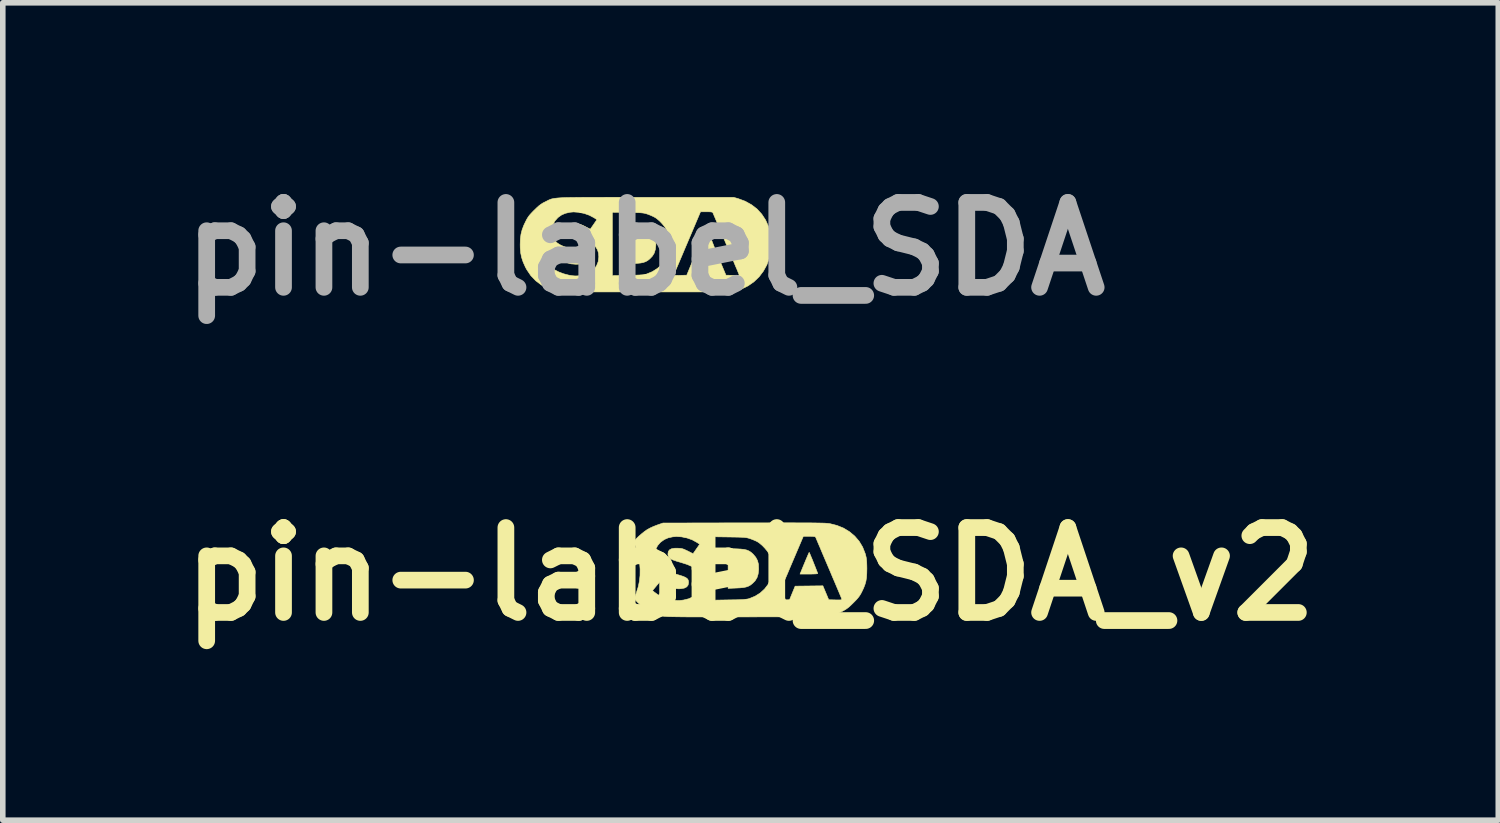
<source format=kicad_pcb>
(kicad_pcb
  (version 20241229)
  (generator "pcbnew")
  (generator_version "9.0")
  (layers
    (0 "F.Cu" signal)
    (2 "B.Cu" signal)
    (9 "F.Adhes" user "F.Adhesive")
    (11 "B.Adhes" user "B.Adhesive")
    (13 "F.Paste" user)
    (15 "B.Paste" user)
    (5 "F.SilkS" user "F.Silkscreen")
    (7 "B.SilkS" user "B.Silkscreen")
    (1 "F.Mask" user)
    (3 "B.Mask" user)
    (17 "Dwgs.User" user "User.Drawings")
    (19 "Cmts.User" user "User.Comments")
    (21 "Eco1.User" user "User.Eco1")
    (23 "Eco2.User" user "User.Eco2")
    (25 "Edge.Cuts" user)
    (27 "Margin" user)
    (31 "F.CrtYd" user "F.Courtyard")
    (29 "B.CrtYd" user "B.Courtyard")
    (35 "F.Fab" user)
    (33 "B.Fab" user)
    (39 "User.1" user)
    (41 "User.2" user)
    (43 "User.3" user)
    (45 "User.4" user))
  (footprint "pin-label_SDA"
    (layer "F.Cu")
    (at 8.534 1.418)
    (property "Reference" "pin-label_SDA" (at 0 0 0) (layer "F.Fab") (effects (font (size 1.524 1.524) (thickness 0.3))))
    (attr through_hole)
    (fp_poly (pts (xy -0.214 -0.442) (xy -0.136 -0.438) (xy -0.074 -0.431) (xy -0.025 -0.42) (xy 0.016 -0.403) (xy 0.052 -0.38) (xy 0.087 -0.348) (xy 0.091 -0.345) (xy 0.138 -0.289) (xy 0.169 -0.231) (xy 0.185 -0.164) (xy 0.189 -0.086) (xy 0.188 -0.069) (xy 0.179 0.01) (xy 0.159 0.075) (xy 0.125 0.13) (xy 0.079 0.178) (xy 0.043 0.207) (xy 0.006 0.228) (xy -0.036 0.243) (xy -0.087 0.253) (xy -0.151 0.259) (xy -0.214 0.262) (xy -0.36 0.267) (xy -0.36 -0.447) (xy -0.214 -0.442)) (stroke (width 0.01) (type solid)) (fill yes) (layer "F.SilkS"))
    (fp_poly (pts (xy 1.102 -0.368) (xy 1.113 -0.341) (xy 1.129 -0.302) (xy 1.149 -0.254) (xy 1.17 -0.202) (xy 1.192 -0.149) (xy 1.212 -0.098) (xy 1.229 -0.054) (xy 1.242 -0.021) (xy 1.249 -0.002) (xy 1.249 0.001) (xy 1.239 0.005) (xy 1.212 0.007) (xy 1.171 0.009) (xy 1.119 0.01) (xy 1.09 0.011) (xy 0.931 0.011) (xy 0.946 -0.024) (xy 0.986 -0.121) (xy 1.019 -0.201) (xy 1.045 -0.263) (xy 1.065 -0.311) (xy 1.079 -0.345) (xy 1.089 -0.366) (xy 1.095 -0.377) (xy 1.096 -0.379) (xy 1.102 -0.368)) (stroke (width 0.01) (type solid)) (fill yes) (layer "F.SilkS"))
    (fp_poly (pts (xy -0.479 -0.927) (xy -0.289 -0.926) (xy -0.08 -0.926) (xy 0.005 -0.926) (xy 1.583 -0.926) (xy 1.665 -0.903) (xy 1.792 -0.856) (xy 1.905 -0.793) (xy 2.005 -0.716) (xy 2.089 -0.624) (xy 2.158 -0.519) (xy 2.21 -0.403) (xy 2.225 -0.354) (xy 2.238 -0.292) (xy 2.246 -0.215) (xy 2.25 -0.13) (xy 2.25 -0.042) (xy 2.245 0.042) (xy 2.235 0.116) (xy 2.226 0.16) (xy 2.181 0.285) (xy 2.119 0.398) (xy 2.042 0.5) (xy 1.949 0.589) (xy 1.845 0.662) (xy 1.729 0.719) (xy 1.626 0.752) (xy 1.614 0.755) (xy 1.602 0.757) (xy 1.588 0.76) (xy 1.572 0.762) (xy 1.552 0.764) (xy 1.527 0.765) (xy 1.496 0.767) (xy 1.459 0.768) (xy 1.413 0.769) (xy 1.359 0.77) (xy 1.295 0.771) (xy 1.219 0.771) (xy 1.132 0.772) (xy 1.031 0.772) (xy 0.915 0.772) (xy 0.785 0.772) (xy 0.638 0.772) (xy 0.473 0.772) (xy 0.29 0.772) (xy 0.087 0.772) (xy -0.004 0.772) (xy -0.216 0.772) (xy -0.407 0.772) (xy -0.58 0.772) (xy -0.734 0.772) (xy -0.872 0.772) (xy -0.993 0.771) (xy -1.1 0.771) (xy -1.194 0.77) (xy -1.274 0.77) (xy -1.343 0.769) (xy -1.401 0.768) (xy -1.45 0.767) (xy -1.491 0.766) (xy -1.524 0.765) (xy -1.551 0.763) (xy -1.572 0.761) (xy -1.59 0.759) (xy -1.604 0.757) (xy -1.617 0.755) (xy -1.628 0.752) (xy -1.631 0.751) (xy -1.754 0.709) (xy -1.867 0.648) (xy -1.968 0.571) (xy -2.057 0.478) (xy -2.13 0.37) (xy -2.155 0.323) (xy -2.162 0.307) (xy -1.717 0.307) (xy -1.687 0.333) (xy -1.627 0.376) (xy -1.553 0.414) (xy -1.468 0.446) (xy -1.381 0.469) (xy -1.371 0.471) (xy -1.311 0.481) (xy -1.261 0.485) (xy -1.214 0.484) (xy -1.174 0.479) (xy -0.593 0.479) (xy -0.315 0.474) (xy -0.225 0.472) (xy -0.154 0.47) (xy -0.099 0.468) (xy -0.08 0.466) (xy 0.51 0.466) (xy 0.518 0.471) (xy 0.547 0.474) (xy 0.595 0.475) (xy 0.625 0.474) (xy 0.743 0.471) (xy 0.843 0.228) (xy 1.093 0.225) (xy 1.342 0.222) (xy 1.394 0.347) (xy 1.446 0.471) (xy 1.566 0.474) (xy 1.618 0.475) (xy 1.652 0.475) (xy 1.672 0.473) (xy 1.68 0.469) (xy 1.682 0.462) (xy 1.681 0.458) (xy 1.676 0.445) (xy 1.663 0.415) (xy 1.644 0.368) (xy 1.618 0.308) (xy 1.588 0.235) (xy 1.553 0.152) (xy 1.514 0.061) (xy 1.472 -0.037) (xy 1.445 -0.101) (xy 1.402 -0.202) (xy 1.362 -0.297) (xy 1.324 -0.385) (xy 1.291 -0.463) (xy 1.262 -0.531) (xy 1.239 -0.585) (xy 1.222 -0.625) (xy 1.212 -0.648) (xy 1.21 -0.654) (xy 1.199 -0.66) (xy 1.173 -0.665) (xy 1.128 -0.667) (xy 1.097 -0.667) (xy 0.99 -0.667) (xy 0.752 -0.106) (xy 0.708 -0.003) (xy 0.667 0.095) (xy 0.629 0.184) (xy 0.595 0.265) (xy 0.565 0.334) (xy 0.541 0.391) (xy 0.524 0.433) (xy 0.513 0.459) (xy 0.51 0.466) (xy -0.08 0.466) (xy -0.056 0.465) (xy -0.023 0.461) (xy 0.003 0.456) (xy 0.021 0.451) (xy 0.125 0.408) (xy 0.216 0.35) (xy 0.294 0.28) (xy 0.356 0.199) (xy 0.401 0.108) (xy 0.422 0.034) (xy 0.434 -0.067) (xy 0.428 -0.171) (xy 0.407 -0.272) (xy 0.374 -0.353) (xy 0.344 -0.401) (xy 0.302 -0.452) (xy 0.253 -0.503) (xy 0.203 -0.545) (xy 0.181 -0.56) (xy 0.147 -0.579) (xy 0.101 -0.6) (xy 0.054 -0.619) (xy 0.048 -0.621) (xy 0.021 -0.63) (xy -0.002 -0.637) (xy -0.026 -0.642) (xy -0.054 -0.646) (xy -0.088 -0.649) (xy -0.132 -0.651) (xy -0.188 -0.652) (xy -0.261 -0.653) (xy -0.315 -0.654) (xy -0.593 -0.658) (xy -0.593 0.479) (xy -1.174 0.479) (xy -1.158 0.476) (xy -1.154 0.476) (xy -1.062 0.452) (xy -0.984 0.415) (xy -0.922 0.365) (xy -0.876 0.302) (xy -0.847 0.229) (xy -0.836 0.145) (xy -0.836 0.14) (xy -0.842 0.072) (xy -0.861 0.012) (xy -0.894 -0.039) (xy -0.943 -0.085) (xy -1.008 -0.125) (xy -1.092 -0.161) (xy -1.195 -0.194) (xy -1.215 -0.2) (xy -1.291 -0.222) (xy -1.348 -0.242) (xy -1.389 -0.261) (xy -1.416 -0.282) (xy -1.432 -0.305) (xy -1.439 -0.333) (xy -1.44 -0.352) (xy -1.433 -0.394) (xy -1.411 -0.425) (xy -1.373 -0.444) (xy -1.318 -0.454) (xy -1.261 -0.454) (xy -1.219 -0.451) (xy -1.185 -0.445) (xy -1.152 -0.434) (xy -1.112 -0.417) (xy -1.083 -0.402) (xy -0.989 -0.354) (xy -0.929 -0.44) (xy -0.87 -0.526) (xy -0.922 -0.56) (xy -1.005 -0.604) (xy -1.098 -0.637) (xy -1.195 -0.657) (xy -1.289 -0.664) (xy -1.356 -0.658) (xy -1.436 -0.639) (xy -1.502 -0.611) (xy -1.561 -0.57) (xy -1.577 -0.555) (xy -1.626 -0.499) (xy -1.656 -0.437) (xy -1.67 -0.366) (xy -1.67 -0.307) (xy -1.663 -0.246) (xy -1.648 -0.194) (xy -1.623 -0.149) (xy -1.587 -0.111) (xy -1.536 -0.077) (xy -1.471 -0.046) (xy -1.387 -0.016) (xy -1.302 0.01) (xy -1.226 0.033) (xy -1.169 0.052) (xy -1.127 0.07) (xy -1.099 0.087) (xy -1.081 0.107) (xy -1.072 0.129) (xy -1.069 0.157) (xy -1.069 0.163) (xy -1.078 0.207) (xy -1.103 0.24) (xy -1.146 0.263) (xy -1.206 0.274) (xy -1.247 0.275) (xy -1.335 0.268) (xy -1.415 0.245) (xy -1.494 0.205) (xy -1.516 0.191) (xy -1.548 0.17) (xy -1.571 0.155) (xy -1.582 0.148) (xy -1.583 0.148) (xy -1.59 0.156) (xy -1.608 0.176) (xy -1.633 0.206) (xy -1.651 0.228) (xy -1.717 0.307) (xy -2.162 0.307) (xy -2.194 0.236) (xy -2.221 0.155) (xy -2.238 0.073) (xy -2.246 -0.017) (xy -2.247 -0.079) (xy -2.244 -0.177) (xy -2.233 -0.262) (xy -2.213 -0.342) (xy -2.182 -0.424) (xy -2.152 -0.487) (xy -2.129 -0.532) (xy -2.107 -0.568) (xy -2.082 -0.603) (xy -2.049 -0.64) (xy -2.006 -0.685) (xy -1.996 -0.694) (xy -1.948 -0.741) (xy -1.909 -0.776) (xy -1.874 -0.802) (xy -1.838 -0.825) (xy -1.8 -0.844) (xy -1.778 -0.855) (xy -1.759 -0.865) (xy -1.741 -0.874) (xy -1.724 -0.882) (xy -1.707 -0.889) (xy -1.687 -0.896) (xy -1.665 -0.901) (xy -1.639 -0.906) (xy -1.609 -0.91) (xy -1.572 -0.914) (xy -1.529 -0.917) (xy -1.478 -0.92) (xy -1.417 -0.922) (xy -1.347 -0.923) (xy -1.265 -0.924) (xy -1.171 -0.925) (xy -1.063 -0.926) (xy -0.942 -0.926) (xy -0.804 -0.926) (xy -0.651 -0.927) (xy -0.479 -0.927)) (stroke (width 0.01) (type solid)) (fill yes) (layer "F.SilkS")))
  (footprint "pin-label_SDA_v2"
    (layer "F.Cu")
    (at 10.421 7.254)
    (property "Reference" "pin-label_SDA_v2" (at 0 0 0) (layer "F.SilkS") (effects (font (size 1.524 1.524) (thickness 0.3))))
    (attr through_hole)
    (fp_poly (pts (xy -0.257 -0.453) (xy -0.178 -0.449) (xy -0.116 -0.442) (xy -0.067 -0.431) (xy -0.027 -0.414) (xy 0.009 -0.391) (xy 0.045 -0.359) (xy 0.049 -0.355) (xy 0.095 -0.3) (xy 0.126 -0.241) (xy 0.143 -0.175) (xy 0.146 -0.096) (xy 0.146 -0.079) (xy 0.137 -0.000367) (xy 0.117 0.064) (xy 0.083 0.12) (xy 0.037 0.167) (xy 0.001 0.196) (xy -0.036 0.217) (xy -0.078 0.232) (xy -0.129 0.242) (xy -0.193 0.248) (xy -0.257 0.251) (xy -0.402 0.257) (xy -0.402 -0.458) (xy -0.257 -0.453)) (stroke (width 0.01) (type solid)) (fill yes) (layer "F.SilkS"))
    (fp_poly (pts (xy 1.059 -0.378) (xy 1.071 -0.351) (xy 1.087 -0.312) (xy 1.107 -0.265) (xy 1.128 -0.212) (xy 1.149 -0.159) (xy 1.169 -0.109) (xy 1.186 -0.065) (xy 1.199 -0.032) (xy 1.206 -0.012) (xy 1.207 -0.009) (xy 1.197 -0.006) (xy 1.17 -0.003) (xy 1.128 -0.001) (xy 1.077 -0.000149) (xy 1.048 0) (xy 0.889 0) (xy 0.903 -0.034) (xy 0.943 -0.132) (xy 0.976 -0.211) (xy 1.002 -0.274) (xy 1.023 -0.322) (xy 1.037 -0.355) (xy 1.047 -0.377) (xy 1.052 -0.388) (xy 1.054 -0.389) (xy 1.059 -0.378)) (stroke (width 0.01) (type solid)) (fill yes) (layer "F.SilkS"))
    (fp_poly (pts (xy 0.727 -0.92) (xy 0.846 -0.919) (xy 0.949 -0.919) (xy 1.039 -0.919) (xy 1.117 -0.918) (xy 1.183 -0.917) (xy 1.239 -0.916) (xy 1.285 -0.915) (xy 1.324 -0.914) (xy 1.355 -0.912) (xy 1.38 -0.91) (xy 1.4 -0.908) (xy 1.416 -0.906) (xy 1.42 -0.906) (xy 1.551 -0.873) (xy 1.67 -0.825) (xy 1.777 -0.76) (xy 1.871 -0.681) (xy 1.95 -0.589) (xy 2.013 -0.484) (xy 2.059 -0.367) (xy 2.066 -0.342) (xy 2.076 -0.301) (xy 2.082 -0.259) (xy 2.086 -0.211) (xy 2.088 -0.151) (xy 2.089 -0.101) (xy 2.087 -0.011) (xy 2.082 0.063) (xy 2.072 0.127) (xy 2.055 0.187) (xy 2.031 0.25) (xy 2.004 0.307) (xy 1.981 0.352) (xy 1.959 0.388) (xy 1.934 0.422) (xy 1.902 0.459) (xy 1.858 0.504) (xy 1.848 0.514) (xy 1.799 0.562) (xy 1.759 0.598) (xy 1.721 0.626) (xy 1.682 0.65) (xy 1.644 0.671) (xy 1.591 0.696) (xy 1.534 0.72) (xy 1.482 0.739) (xy 1.464 0.744) (xy 1.382 0.767) (xy -0.053 0.769) (xy -0.264 0.77) (xy -0.455 0.77) (xy -0.627 0.77) (xy -0.781 0.77) (xy -0.917 0.769) (xy -1.037 0.769) (xy -1.142 0.769) (xy -1.233 0.768) (xy -1.31 0.767) (xy -1.375 0.766) (xy -1.429 0.765) (xy -1.473 0.764) (xy -1.508 0.762) (xy -1.534 0.76) (xy -1.553 0.759) (xy -1.562 0.757) (xy -1.692 0.723) (xy -1.811 0.671) (xy -1.92 0.601) (xy -1.956 0.573) (xy -1.992 0.54) (xy -2.026 0.508) (xy -2.052 0.481) (xy -2.056 0.476) (xy -2.086 0.439) (xy -2.048 0.335) (xy -2.036 0.296) (xy -1.759 0.296) (xy -1.729 0.322) (xy -1.67 0.365) (xy -1.595 0.404) (xy -1.511 0.436) (xy -1.423 0.459) (xy -1.413 0.461) (xy -1.353 0.471) (xy -1.304 0.475) (xy -1.256 0.473) (xy -1.217 0.468) (xy -0.635 0.468) (xy -0.357 0.463) (xy -0.268 0.462) (xy -0.197 0.46) (xy -0.141 0.457) (xy -0.123 0.456) (xy 0.468 0.456) (xy 0.476 0.461) (xy 0.505 0.464) (xy 0.553 0.464) (xy 0.582 0.464) (xy 0.701 0.461) (xy 0.751 0.339) (xy 0.801 0.217) (xy 1.299 0.211) (xy 1.404 0.461) (xy 1.524 0.464) (xy 1.575 0.465) (xy 1.61 0.464) (xy 1.629 0.462) (xy 1.638 0.458) (xy 1.639 0.451) (xy 1.638 0.448) (xy 1.633 0.435) (xy 1.621 0.404) (xy 1.601 0.357) (xy 1.576 0.297) (xy 1.545 0.224) (xy 1.51 0.141) (xy 1.471 0.05) (xy 1.43 -0.048) (xy 1.403 -0.111) (xy 1.36 -0.212) (xy 1.319 -0.308) (xy 1.282 -0.395) (xy 1.249 -0.474) (xy 1.22 -0.541) (xy 1.197 -0.596) (xy 1.18 -0.636) (xy 1.17 -0.659) (xy 1.168 -0.664) (xy 1.157 -0.671) (xy 1.13 -0.675) (xy 1.086 -0.677) (xy 1.055 -0.677) (xy 0.948 -0.677) (xy 0.709 -0.116) (xy 0.666 -0.013) (xy 0.624 0.084) (xy 0.586 0.174) (xy 0.552 0.254) (xy 0.523 0.324) (xy 0.499 0.38) (xy 0.481 0.422) (xy 0.471 0.448) (xy 0.468 0.456) (xy -0.123 0.456) (xy -0.098 0.454) (xy -0.065 0.45) (xy -0.039 0.445) (xy -0.021 0.44) (xy 0.083 0.397) (xy 0.174 0.34) (xy 0.252 0.269) (xy 0.314 0.188) (xy 0.359 0.097) (xy 0.38 0.023) (xy 0.392 -0.078) (xy 0.386 -0.182) (xy 0.364 -0.282) (xy 0.332 -0.364) (xy 0.302 -0.411) (xy 0.259 -0.463) (xy 0.211 -0.513) (xy 0.161 -0.555) (xy 0.139 -0.571) (xy 0.105 -0.59) (xy 0.059 -0.61) (xy 0.011 -0.629) (xy 0.005 -0.631) (xy -0.021 -0.64) (xy -0.045 -0.647) (xy -0.068 -0.652) (xy -0.096 -0.656) (xy -0.13 -0.659) (xy -0.174 -0.661) (xy -0.231 -0.663) (xy -0.304 -0.664) (xy -0.357 -0.665) (xy -0.635 -0.669) (xy -0.635 0.468) (xy -1.217 0.468) (xy -1.201 0.466) (xy -1.196 0.465) (xy -1.104 0.442) (xy -1.027 0.404) (xy -0.964 0.354) (xy -0.918 0.292) (xy -0.889 0.218) (xy -0.879 0.135) (xy -0.879 0.129) (xy -0.885 0.061) (xy -0.904 0.002) (xy -0.937 -0.05) (xy -0.985 -0.095) (xy -1.051 -0.135) (xy -1.134 -0.172) (xy -1.238 -0.205) (xy -1.258 -0.211) (xy -1.333 -0.233) (xy -1.39 -0.253) (xy -1.431 -0.272) (xy -1.458 -0.292) (xy -1.474 -0.316) (xy -1.481 -0.343) (xy -1.482 -0.362) (xy -1.475 -0.405) (xy -1.453 -0.435) (xy -1.415 -0.455) (xy -1.36 -0.464) (xy -1.304 -0.464) (xy -1.261 -0.461) (xy -1.227 -0.456) (xy -1.194 -0.445) (xy -1.155 -0.427) (xy -1.125 -0.413) (xy -1.031 -0.365) (xy -0.912 -0.536) (xy -0.965 -0.57) (xy -1.047 -0.615) (xy -1.14 -0.648) (xy -1.237 -0.668) (xy -1.332 -0.674) (xy -1.398 -0.668) (xy -1.478 -0.65) (xy -1.545 -0.621) (xy -1.603 -0.58) (xy -1.62 -0.566) (xy -1.668 -0.51) (xy -1.699 -0.448) (xy -1.712 -0.377) (xy -1.713 -0.318) (xy -1.706 -0.256) (xy -1.691 -0.204) (xy -1.666 -0.16) (xy -1.629 -0.122) (xy -1.579 -0.088) (xy -1.513 -0.056) (xy -1.429 -0.026) (xy -1.344 -0.000266) (xy -1.269 0.022) (xy -1.211 0.041) (xy -1.169 0.059) (xy -1.141 0.077) (xy -1.124 0.096) (xy -1.115 0.119) (xy -1.112 0.146) (xy -1.112 0.152) (xy -1.12 0.197) (xy -1.145 0.23) (xy -1.188 0.252) (xy -1.249 0.263) (xy -1.29 0.265) (xy -1.377 0.258) (xy -1.457 0.235) (xy -1.537 0.194) (xy -1.559 0.18) (xy -1.59 0.159) (xy -1.614 0.144) (xy -1.625 0.138) (xy -1.625 0.138) (xy -1.632 0.145) (xy -1.65 0.166) (xy -1.675 0.195) (xy -1.693 0.217) (xy -1.759 0.296) (xy -2.036 0.296) (xy -2.015 0.229) (xy -1.994 0.129) (xy -1.983 0.026) (xy -1.982 -0.087) (xy -1.983 -0.106) (xy -1.992 -0.223) (xy -2.01 -0.329) (xy -2.039 -0.431) (xy -2.065 -0.501) (xy -2.08 -0.539) (xy -2.088 -0.563) (xy -2.089 -0.579) (xy -2.083 -0.592) (xy -2.075 -0.604) (xy -2.046 -0.639) (xy -2.004 -0.68) (xy -1.954 -0.723) (xy -1.903 -0.764) (xy -1.856 -0.797) (xy -1.845 -0.803) (xy -1.801 -0.827) (xy -1.747 -0.852) (xy -1.691 -0.874) (xy -1.673 -0.881) (xy -1.572 -0.916) (xy -0.123 -0.919) (xy 0.085 -0.919) (xy 0.273 -0.919) (xy 0.442 -0.92) (xy 0.593 -0.92) (xy 0.727 -0.92)) (stroke (width 0.01) (type solid)) (fill yes) (layer "F.SilkS")))
  (gr_rect
    (start -3 -3)
    (end 23.843 11.672)
    (stroke (width 0.1) (type default))
    (fill no)
    (layer "Edge.Cuts")))
</source>
